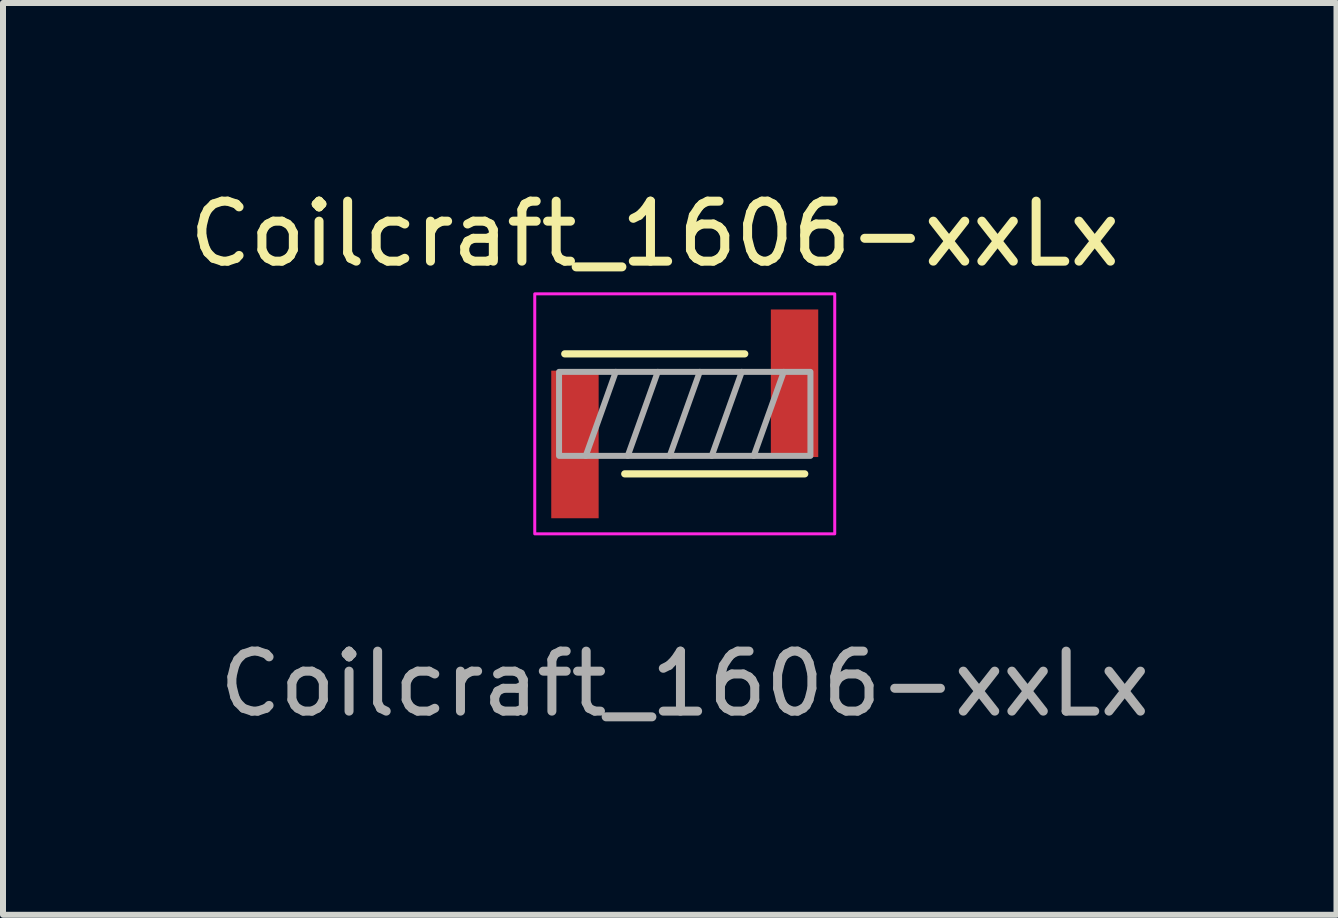
<source format=kicad_pcb>
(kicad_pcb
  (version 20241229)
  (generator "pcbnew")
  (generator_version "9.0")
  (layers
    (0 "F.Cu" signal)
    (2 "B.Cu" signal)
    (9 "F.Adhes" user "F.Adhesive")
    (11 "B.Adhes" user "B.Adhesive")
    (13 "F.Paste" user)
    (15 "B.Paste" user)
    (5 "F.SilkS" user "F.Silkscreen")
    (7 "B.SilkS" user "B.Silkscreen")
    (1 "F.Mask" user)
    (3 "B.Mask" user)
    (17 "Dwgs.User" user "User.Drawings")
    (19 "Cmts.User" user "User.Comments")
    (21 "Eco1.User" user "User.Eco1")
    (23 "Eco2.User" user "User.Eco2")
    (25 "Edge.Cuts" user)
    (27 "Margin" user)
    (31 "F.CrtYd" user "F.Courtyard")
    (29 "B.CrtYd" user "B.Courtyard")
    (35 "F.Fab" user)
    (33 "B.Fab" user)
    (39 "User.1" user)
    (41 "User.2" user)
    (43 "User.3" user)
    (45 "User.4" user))
  (footprint "Coilcraft_1606-xxLx"
    (layer "F.Cu")
    (at 8.363 3.848)
    (property "Reference" "Coilcraft_1606-xxLx" (at -0.5 -3 0) (unlocked yes) (layer "F.SilkS") (effects (font (size 1 1) (thickness 0.15))))
    (attr smd)
    (fp_line (start -1 1) (end 2 1) (stroke (width 0.12) (type solid)) (layer "F.SilkS"))
    (fp_line (start 1 -1) (end -2 -1) (stroke (width 0.12) (type solid)) (layer "F.SilkS"))
    (fp_rect (start -2.5 -2) (end 2.5 2) (stroke (width 0.05) (type solid)) (fill no) (layer "F.CrtYd"))
    (fp_line (start -1.65 0.7) (end -1.15 -0.7) (stroke (width 0.1) (type solid)) (layer "F.Fab"))
    (fp_line (start -0.95 0.7) (end -0.45 -0.7) (stroke (width 0.1) (type solid)) (layer "F.Fab"))
    (fp_line (start -0.25 0.7) (end 0.25 -0.7) (stroke (width 0.1) (type solid)) (layer "F.Fab"))
    (fp_line (start 0.45 0.7) (end 0.95 -0.7) (stroke (width 0.1) (type solid)) (layer "F.Fab"))
    (fp_line (start 1.15 0.7) (end 1.65 -0.7) (stroke (width 0.1) (type solid)) (layer "F.Fab"))
    (fp_rect (start 2.095 0.7) (end -2.095 -0.7) (stroke (width 0.1) (type solid)) (fill no) (layer "F.Fab"))
    (fp_text user "${REFERENCE}" (at 0 4.5 0) (unlocked yes) (layer "F.Fab") (effects (font (size 1 1) (thickness 0.15))))
    (pad "1" smd rect (at -1.83 0.51) (size 0.79 2.46) (layers "F.Cu" "F.Mask" "F.Paste"))
    (pad "2" smd rect (at 1.83 -0.51) (size 0.79 2.46) (layers "F.Cu" "F.Mask" "F.Paste")))
  (gr_rect
    (start -3 -3)
    (end 19.226 12.197)
    (stroke (width 0.1) (type default))
    (fill no)
    (layer "Edge.Cuts")))
</source>
